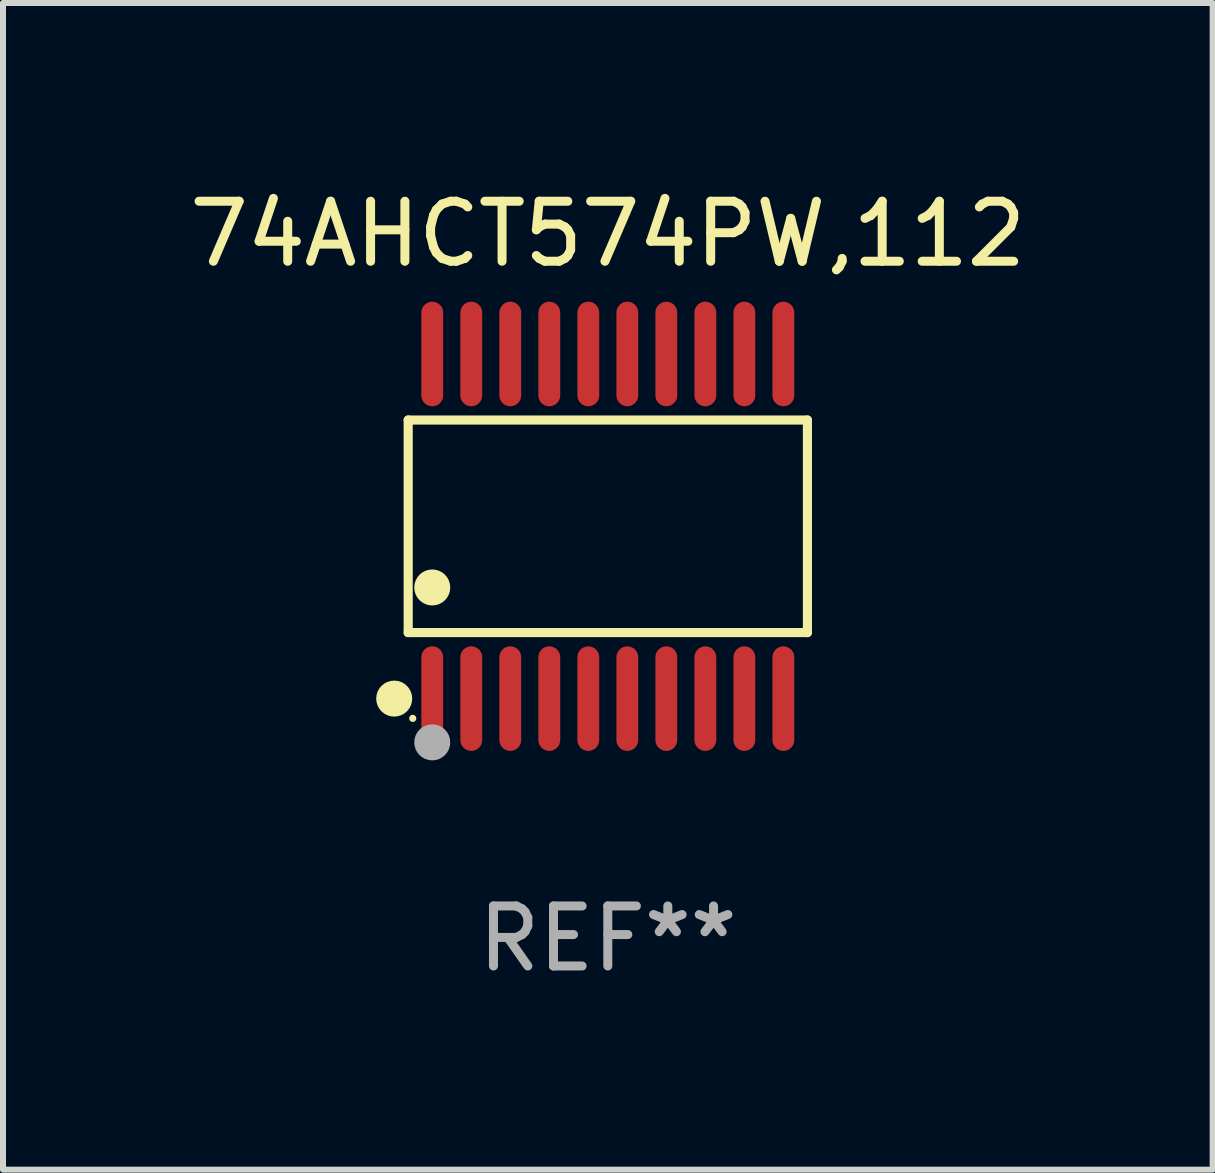
<source format=kicad_pcb>
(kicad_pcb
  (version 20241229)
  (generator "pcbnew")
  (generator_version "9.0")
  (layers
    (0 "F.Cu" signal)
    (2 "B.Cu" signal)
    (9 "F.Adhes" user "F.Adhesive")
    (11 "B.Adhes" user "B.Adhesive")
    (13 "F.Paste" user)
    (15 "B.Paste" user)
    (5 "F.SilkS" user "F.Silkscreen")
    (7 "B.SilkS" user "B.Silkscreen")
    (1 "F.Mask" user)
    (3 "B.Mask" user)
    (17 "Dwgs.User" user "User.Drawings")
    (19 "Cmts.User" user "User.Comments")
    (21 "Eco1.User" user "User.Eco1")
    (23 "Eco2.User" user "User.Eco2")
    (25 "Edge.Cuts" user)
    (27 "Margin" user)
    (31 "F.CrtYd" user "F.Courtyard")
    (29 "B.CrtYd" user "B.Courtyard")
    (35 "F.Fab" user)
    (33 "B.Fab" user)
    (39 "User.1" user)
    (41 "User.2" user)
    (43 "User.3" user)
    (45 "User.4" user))
  (footprint "74AHCT574PW,112"
    (layer "F.Cu")
    (at 7.077 5.719)
    (property "Reference" "74AHCT574PW,112" (at 0 -4.871 0) (layer "F.SilkS") (effects (font (size 1 1) (thickness 0.15))))
    (attr through_hole)
    (fp_line (start -3.326 -1.771) (end 3.326 -1.771) (stroke (width 0.152) (type solid)) (layer "F.SilkS"))
    (fp_line (start -3.326 1.771) (end -3.326 -1.771) (stroke (width 0.152) (type solid)) (layer "F.SilkS"))
    (fp_line (start 3.326 -1.771) (end 3.326 1.771) (stroke (width 0.152) (type solid)) (layer "F.SilkS"))
    (fp_line (start 3.326 1.771) (end -3.326 1.771) (stroke (width 0.152) (type solid)) (layer "F.SilkS"))
    (fp_circle (center -3.559 2.871) (end -3.409 2.871) (stroke (width 0.3) (type solid)) (fill no) (layer "F.SilkS"))
    (fp_circle (center -3.25 3.2) (end -3.22 3.2) (stroke (width 0.06) (type solid)) (fill no) (layer "F.SilkS"))
    (fp_circle (center -2.925 1.019) (end -2.775 1.019) (stroke (width 0.3) (type solid)) (fill no) (layer "F.SilkS"))
    (fp_circle (center -2.925 3.6) (end -2.775 3.6) (stroke (width 0.3) (type solid)) (fill no) (layer "F.Fab"))
    (fp_text user "REF**" (at 0 6.871 0) (layer "F.Fab") (effects (font (size 1 1) (thickness 0.15))))
    (pad "1" smd oval (at -2.925 2.871) (size 0.364 1.742) (layers "F.Cu" "F.Mask" "F.Paste"))
    (pad "2" smd oval (at -2.275 2.871) (size 0.364 1.742) (layers "F.Cu" "F.Mask" "F.Paste"))
    (pad "3" smd oval (at -1.625 2.871) (size 0.364 1.742) (layers "F.Cu" "F.Mask" "F.Paste"))
    (pad "4" smd oval (at -0.975 2.871) (size 0.364 1.742) (layers "F.Cu" "F.Mask" "F.Paste"))
    (pad "5" smd oval (at -0.325 2.871) (size 0.364 1.742) (layers "F.Cu" "F.Mask" "F.Paste"))
    (pad "6" smd oval (at 0.325 2.871) (size 0.364 1.742) (layers "F.Cu" "F.Mask" "F.Paste"))
    (pad "7" smd oval (at 0.975 2.871) (size 0.364 1.742) (layers "F.Cu" "F.Mask" "F.Paste"))
    (pad "8" smd oval (at 1.625 2.871) (size 0.364 1.742) (layers "F.Cu" "F.Mask" "F.Paste"))
    (pad "9" smd oval (at 2.275 2.871) (size 0.364 1.742) (layers "F.Cu" "F.Mask" "F.Paste"))
    (pad "10" smd oval (at 2.925 2.871) (size 0.364 1.742) (layers "F.Cu" "F.Mask" "F.Paste"))
    (pad "11" smd oval (at 2.925 -2.871) (size 0.364 1.742) (layers "F.Cu" "F.Mask" "F.Paste"))
    (pad "12" smd oval (at 2.275 -2.871) (size 0.364 1.742) (layers "F.Cu" "F.Mask" "F.Paste"))
    (pad "13" smd oval (at 1.625 -2.871) (size 0.364 1.742) (layers "F.Cu" "F.Mask" "F.Paste"))
    (pad "14" smd oval (at 0.975 -2.871) (size 0.364 1.742) (layers "F.Cu" "F.Mask" "F.Paste"))
    (pad "15" smd oval (at 0.325 -2.871) (size 0.364 1.742) (layers "F.Cu" "F.Mask" "F.Paste"))
    (pad "16" smd oval (at -0.325 -2.871) (size 0.364 1.742) (layers "F.Cu" "F.Mask" "F.Paste"))
    (pad "17" smd oval (at -0.975 -2.871) (size 0.364 1.742) (layers "F.Cu" "F.Mask" "F.Paste"))
    (pad "18" smd oval (at -1.625 -2.871) (size 0.364 1.742) (layers "F.Cu" "F.Mask" "F.Paste"))
    (pad "19" smd oval (at -2.275 -2.871) (size 0.364 1.742) (layers "F.Cu" "F.Mask" "F.Paste"))
    (pad "20" smd oval (at -2.925 -2.871) (size 0.364 1.742) (layers "F.Cu" "F.Mask" "F.Paste")))
  (gr_rect
    (start -3 -3)
    (end 17.155 16.438)
    (stroke (width 0.1) (type default))
    (fill no)
    (layer "Edge.Cuts")))
</source>
